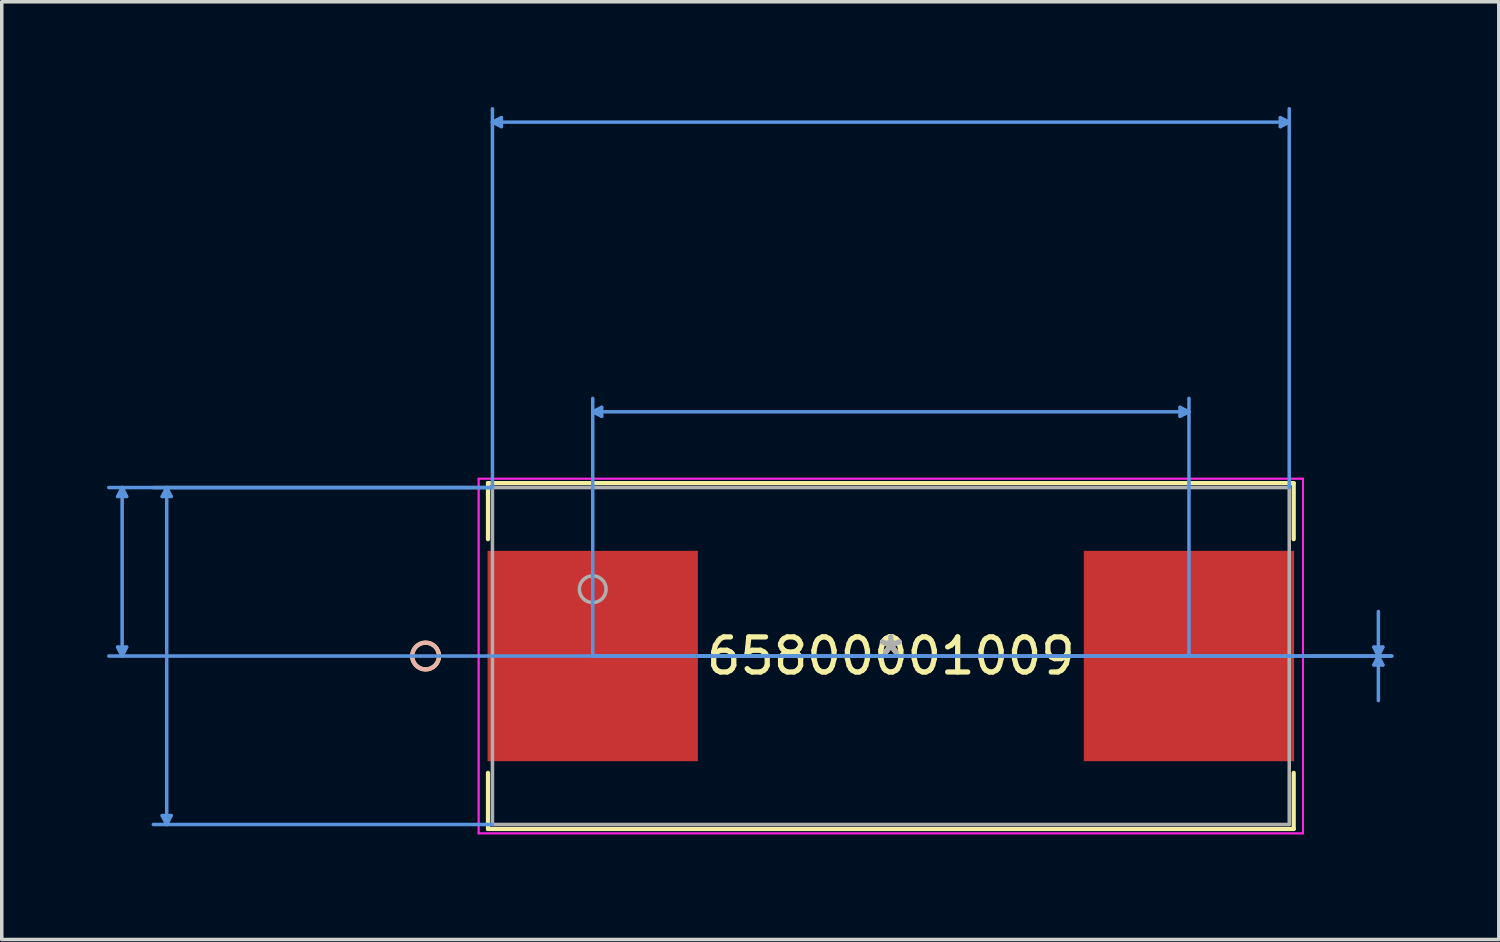
<source format=kicad_pcb>
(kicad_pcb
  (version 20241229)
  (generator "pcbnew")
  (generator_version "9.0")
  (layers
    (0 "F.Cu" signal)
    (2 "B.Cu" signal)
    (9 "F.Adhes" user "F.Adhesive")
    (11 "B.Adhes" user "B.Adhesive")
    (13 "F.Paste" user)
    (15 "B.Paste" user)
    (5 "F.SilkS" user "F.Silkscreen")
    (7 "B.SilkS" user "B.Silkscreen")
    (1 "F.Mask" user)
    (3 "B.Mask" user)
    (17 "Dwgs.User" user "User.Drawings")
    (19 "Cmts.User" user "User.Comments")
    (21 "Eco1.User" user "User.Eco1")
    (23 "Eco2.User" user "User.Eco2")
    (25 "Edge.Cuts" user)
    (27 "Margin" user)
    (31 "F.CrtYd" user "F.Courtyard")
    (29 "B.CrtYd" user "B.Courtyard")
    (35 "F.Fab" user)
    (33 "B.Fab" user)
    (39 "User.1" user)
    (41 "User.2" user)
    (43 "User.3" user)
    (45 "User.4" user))
  (footprint "65800001009"
    (layer "F.Cu")
    (at 22.338 15.646)
    (property "Reference" "65800001009" (at 0 0 0) (layer "F.SilkS") (effects (font (size 1 1) (thickness 0.15))))
    (attr through_hole)
    (fp_line (start -11.481 -4.928) (end -11.481 -3.33) (stroke (width 0.12) (type solid)) (layer "F.SilkS"))
    (fp_line (start -11.481 3.33) (end -11.481 4.928) (stroke (width 0.12) (type solid)) (layer "F.SilkS"))
    (fp_line (start -11.481 4.928) (end 11.481 4.928) (stroke (width 0.12) (type solid)) (layer "F.SilkS"))
    (fp_line (start 11.481 -4.928) (end -11.481 -4.928) (stroke (width 0.12) (type solid)) (layer "F.SilkS"))
    (fp_line (start 11.481 -3.33) (end 11.481 -4.928) (stroke (width 0.12) (type solid)) (layer "F.SilkS"))
    (fp_line (start 11.481 4.928) (end 11.481 3.33) (stroke (width 0.12) (type solid)) (layer "F.SilkS"))
    (fp_circle (center -13.259 0) (end -12.878 0) (stroke (width 0.12) (type solid)) (fill no) (layer "F.SilkS"))
    (fp_circle (center -13.259 0) (end -12.878 0) (stroke (width 0.12) (type solid)) (fill no) (layer "B.SilkS"))
    (fp_line (start -22.035 -4.547) (end -21.78 -4.547) (stroke (width 0.1) (type solid)) (layer "Cmts.User"))
    (fp_line (start -22.035 -0.254) (end -21.78 -0.254) (stroke (width 0.1) (type solid)) (layer "Cmts.User"))
    (fp_line (start -21.907 -4.801) (end -22.035 -4.547) (stroke (width 0.1) (type solid)) (layer "Cmts.User"))
    (fp_line (start -21.907 -4.801) (end -21.907 0) (stroke (width 0.1) (type solid)) (layer "Cmts.User"))
    (fp_line (start -21.907 -4.801) (end -21.78 -4.547) (stroke (width 0.1) (type solid)) (layer "Cmts.User"))
    (fp_line (start -21.907 0) (end -22.035 -0.254) (stroke (width 0.1) (type solid)) (layer "Cmts.User"))
    (fp_line (start -21.907 0) (end -21.78 -0.254) (stroke (width 0.1) (type solid)) (layer "Cmts.User"))
    (fp_line (start -20.765 -4.547) (end -20.511 -4.547) (stroke (width 0.1) (type solid)) (layer "Cmts.User"))
    (fp_line (start -20.765 4.547) (end -20.511 4.547) (stroke (width 0.1) (type solid)) (layer "Cmts.User"))
    (fp_line (start -20.637 -4.801) (end -20.765 -4.547) (stroke (width 0.1) (type solid)) (layer "Cmts.User"))
    (fp_line (start -20.637 -4.801) (end -20.637 4.801) (stroke (width 0.1) (type solid)) (layer "Cmts.User"))
    (fp_line (start -20.637 -4.801) (end -20.511 -4.547) (stroke (width 0.1) (type solid)) (layer "Cmts.User"))
    (fp_line (start -20.637 4.801) (end -20.765 4.547) (stroke (width 0.1) (type solid)) (layer "Cmts.User"))
    (fp_line (start -20.637 4.801) (end -20.511 4.547) (stroke (width 0.1) (type solid)) (layer "Cmts.User"))
    (fp_line (start -11.354 -15.215) (end -11.1 -15.342) (stroke (width 0.1) (type solid)) (layer "Cmts.User"))
    (fp_line (start -11.354 -15.215) (end -11.1 -15.088) (stroke (width 0.1) (type solid)) (layer "Cmts.User"))
    (fp_line (start -11.354 -15.215) (end 11.354 -15.215) (stroke (width 0.1) (type solid)) (layer "Cmts.User"))
    (fp_line (start -11.354 -4.801) (end -22.288 -4.801) (stroke (width 0.1) (type solid)) (layer "Cmts.User"))
    (fp_line (start -11.354 -4.801) (end -21.018 -4.801) (stroke (width 0.1) (type solid)) (layer "Cmts.User"))
    (fp_line (start -11.354 -4.801) (end -11.354 -15.596) (stroke (width 0.1) (type solid)) (layer "Cmts.User"))
    (fp_line (start -11.354 4.801) (end -21.018 4.801) (stroke (width 0.1) (type solid)) (layer "Cmts.User"))
    (fp_line (start -11.1 -15.342) (end -11.1 -15.088) (stroke (width 0.1) (type solid)) (layer "Cmts.User"))
    (fp_line (start -8.496 -6.96) (end -8.242 -7.087) (stroke (width 0.1) (type solid)) (layer "Cmts.User"))
    (fp_line (start -8.496 -6.96) (end -8.242 -6.833) (stroke (width 0.1) (type solid)) (layer "Cmts.User"))
    (fp_line (start -8.496 -6.96) (end 8.496 -6.96) (stroke (width 0.1) (type solid)) (layer "Cmts.User"))
    (fp_line (start -8.496 0) (end -8.496 -7.341) (stroke (width 0.1) (type solid)) (layer "Cmts.User"))
    (fp_line (start -8.496 0) (end 14.275 0) (stroke (width 0.1) (type solid)) (layer "Cmts.User"))
    (fp_line (start -8.496 0) (end 14.275 0) (stroke (width 0.1) (type solid)) (layer "Cmts.User"))
    (fp_line (start -8.242 -7.087) (end -8.242 -6.833) (stroke (width 0.1) (type solid)) (layer "Cmts.User"))
    (fp_line (start 0 0) (end -22.288 0) (stroke (width 0.1) (type solid)) (layer "Cmts.User"))
    (fp_line (start 8.242 -7.087) (end 8.242 -6.833) (stroke (width 0.1) (type solid)) (layer "Cmts.User"))
    (fp_line (start 8.496 -6.96) (end 8.242 -7.087) (stroke (width 0.1) (type solid)) (layer "Cmts.User"))
    (fp_line (start 8.496 -6.96) (end 8.242 -6.833) (stroke (width 0.1) (type solid)) (layer "Cmts.User"))
    (fp_line (start 8.496 0) (end 8.496 -7.341) (stroke (width 0.1) (type solid)) (layer "Cmts.User"))
    (fp_line (start 11.1 -15.342) (end 11.1 -15.088) (stroke (width 0.1) (type solid)) (layer "Cmts.User"))
    (fp_line (start 11.354 -15.215) (end 11.1 -15.342) (stroke (width 0.1) (type solid)) (layer "Cmts.User"))
    (fp_line (start 11.354 -15.215) (end 11.1 -15.088) (stroke (width 0.1) (type solid)) (layer "Cmts.User"))
    (fp_line (start 11.354 -4.801) (end 11.354 -15.596) (stroke (width 0.1) (type solid)) (layer "Cmts.User"))
    (fp_line (start 13.767 -0.254) (end 14.021 -0.254) (stroke (width 0.1) (type solid)) (layer "Cmts.User"))
    (fp_line (start 13.767 0.254) (end 14.021 0.254) (stroke (width 0.1) (type solid)) (layer "Cmts.User"))
    (fp_line (start 13.894 0) (end 13.767 -0.254) (stroke (width 0.1) (type solid)) (layer "Cmts.User"))
    (fp_line (start 13.894 0) (end 13.767 0.254) (stroke (width 0.1) (type solid)) (layer "Cmts.User"))
    (fp_line (start 13.894 0) (end 13.894 -1.27) (stroke (width 0.1) (type solid)) (layer "Cmts.User"))
    (fp_line (start 13.894 0) (end 13.894 1.27) (stroke (width 0.1) (type solid)) (layer "Cmts.User"))
    (fp_line (start 13.894 0) (end 14.021 -0.254) (stroke (width 0.1) (type solid)) (layer "Cmts.User"))
    (fp_line (start 13.894 0) (end 14.021 0.254) (stroke (width 0.1) (type solid)) (layer "Cmts.User"))
    (fp_line (start -11.748 -5.055) (end -11.748 5.055) (stroke (width 0.05) (type solid)) (layer "F.CrtYd"))
    (fp_line (start -11.748 -5.055) (end -11.748 5.055) (stroke (width 0.05) (type solid)) (layer "F.CrtYd"))
    (fp_line (start -11.748 5.055) (end 11.748 5.055) (stroke (width 0.05) (type solid)) (layer "F.CrtYd"))
    (fp_line (start -11.748 5.055) (end 11.748 5.055) (stroke (width 0.05) (type solid)) (layer "F.CrtYd"))
    (fp_line (start 11.748 -5.055) (end -11.748 -5.055) (stroke (width 0.05) (type solid)) (layer "F.CrtYd"))
    (fp_line (start 11.748 -5.055) (end -11.748 -5.055) (stroke (width 0.05) (type solid)) (layer "F.CrtYd"))
    (fp_line (start 11.748 5.055) (end 11.748 -5.055) (stroke (width 0.05) (type solid)) (layer "F.CrtYd"))
    (fp_line (start 11.748 5.055) (end 11.748 -5.055) (stroke (width 0.05) (type solid)) (layer "F.CrtYd"))
    (fp_line (start -11.354 -4.801) (end -11.354 4.801) (stroke (width 0.1) (type solid)) (layer "F.Fab"))
    (fp_line (start -11.354 4.801) (end 11.354 4.801) (stroke (width 0.1) (type solid)) (layer "F.Fab"))
    (fp_line (start 11.354 -4.801) (end -11.354 -4.801) (stroke (width 0.1) (type solid)) (layer "F.Fab"))
    (fp_line (start 11.354 4.801) (end 11.354 -4.801) (stroke (width 0.1) (type solid)) (layer "F.Fab"))
    (fp_circle (center -8.496 -1.905) (end -8.115 -1.905) (stroke (width 0.1) (type solid)) (fill no) (layer "F.Fab"))
    (fp_text user "*" (at 0 0 0) (layer "F.SilkS") (effects (font (size 1 1) (thickness 0.15))))
    (fp_text user "Copyright 2021 Accelerated Designs. All rights reserved." (at 0 0 0) (layer "Cmts.User") (effects (font (size 0.127 0.127) (thickness 0.002))))
    (fp_text user "*" (at 0 0 0) (layer "F.Fab") (effects (font (size 1 1) (thickness 0.15))))
    (pad "1" smd rect (at -8.496 0) (size 5.994 5.994) (layers "F.Cu" "F.Mask" "F.Paste"))
    (pad "2" smd rect (at 8.496 0) (size 5.994 5.994) (layers "F.Cu" "F.Mask" "F.Paste")))
  (gr_rect
    (start -3 -3)
    (end 39.663 23.725)
    (stroke (width 0.1) (type default))
    (fill no)
    (layer "Edge.Cuts")))
</source>
